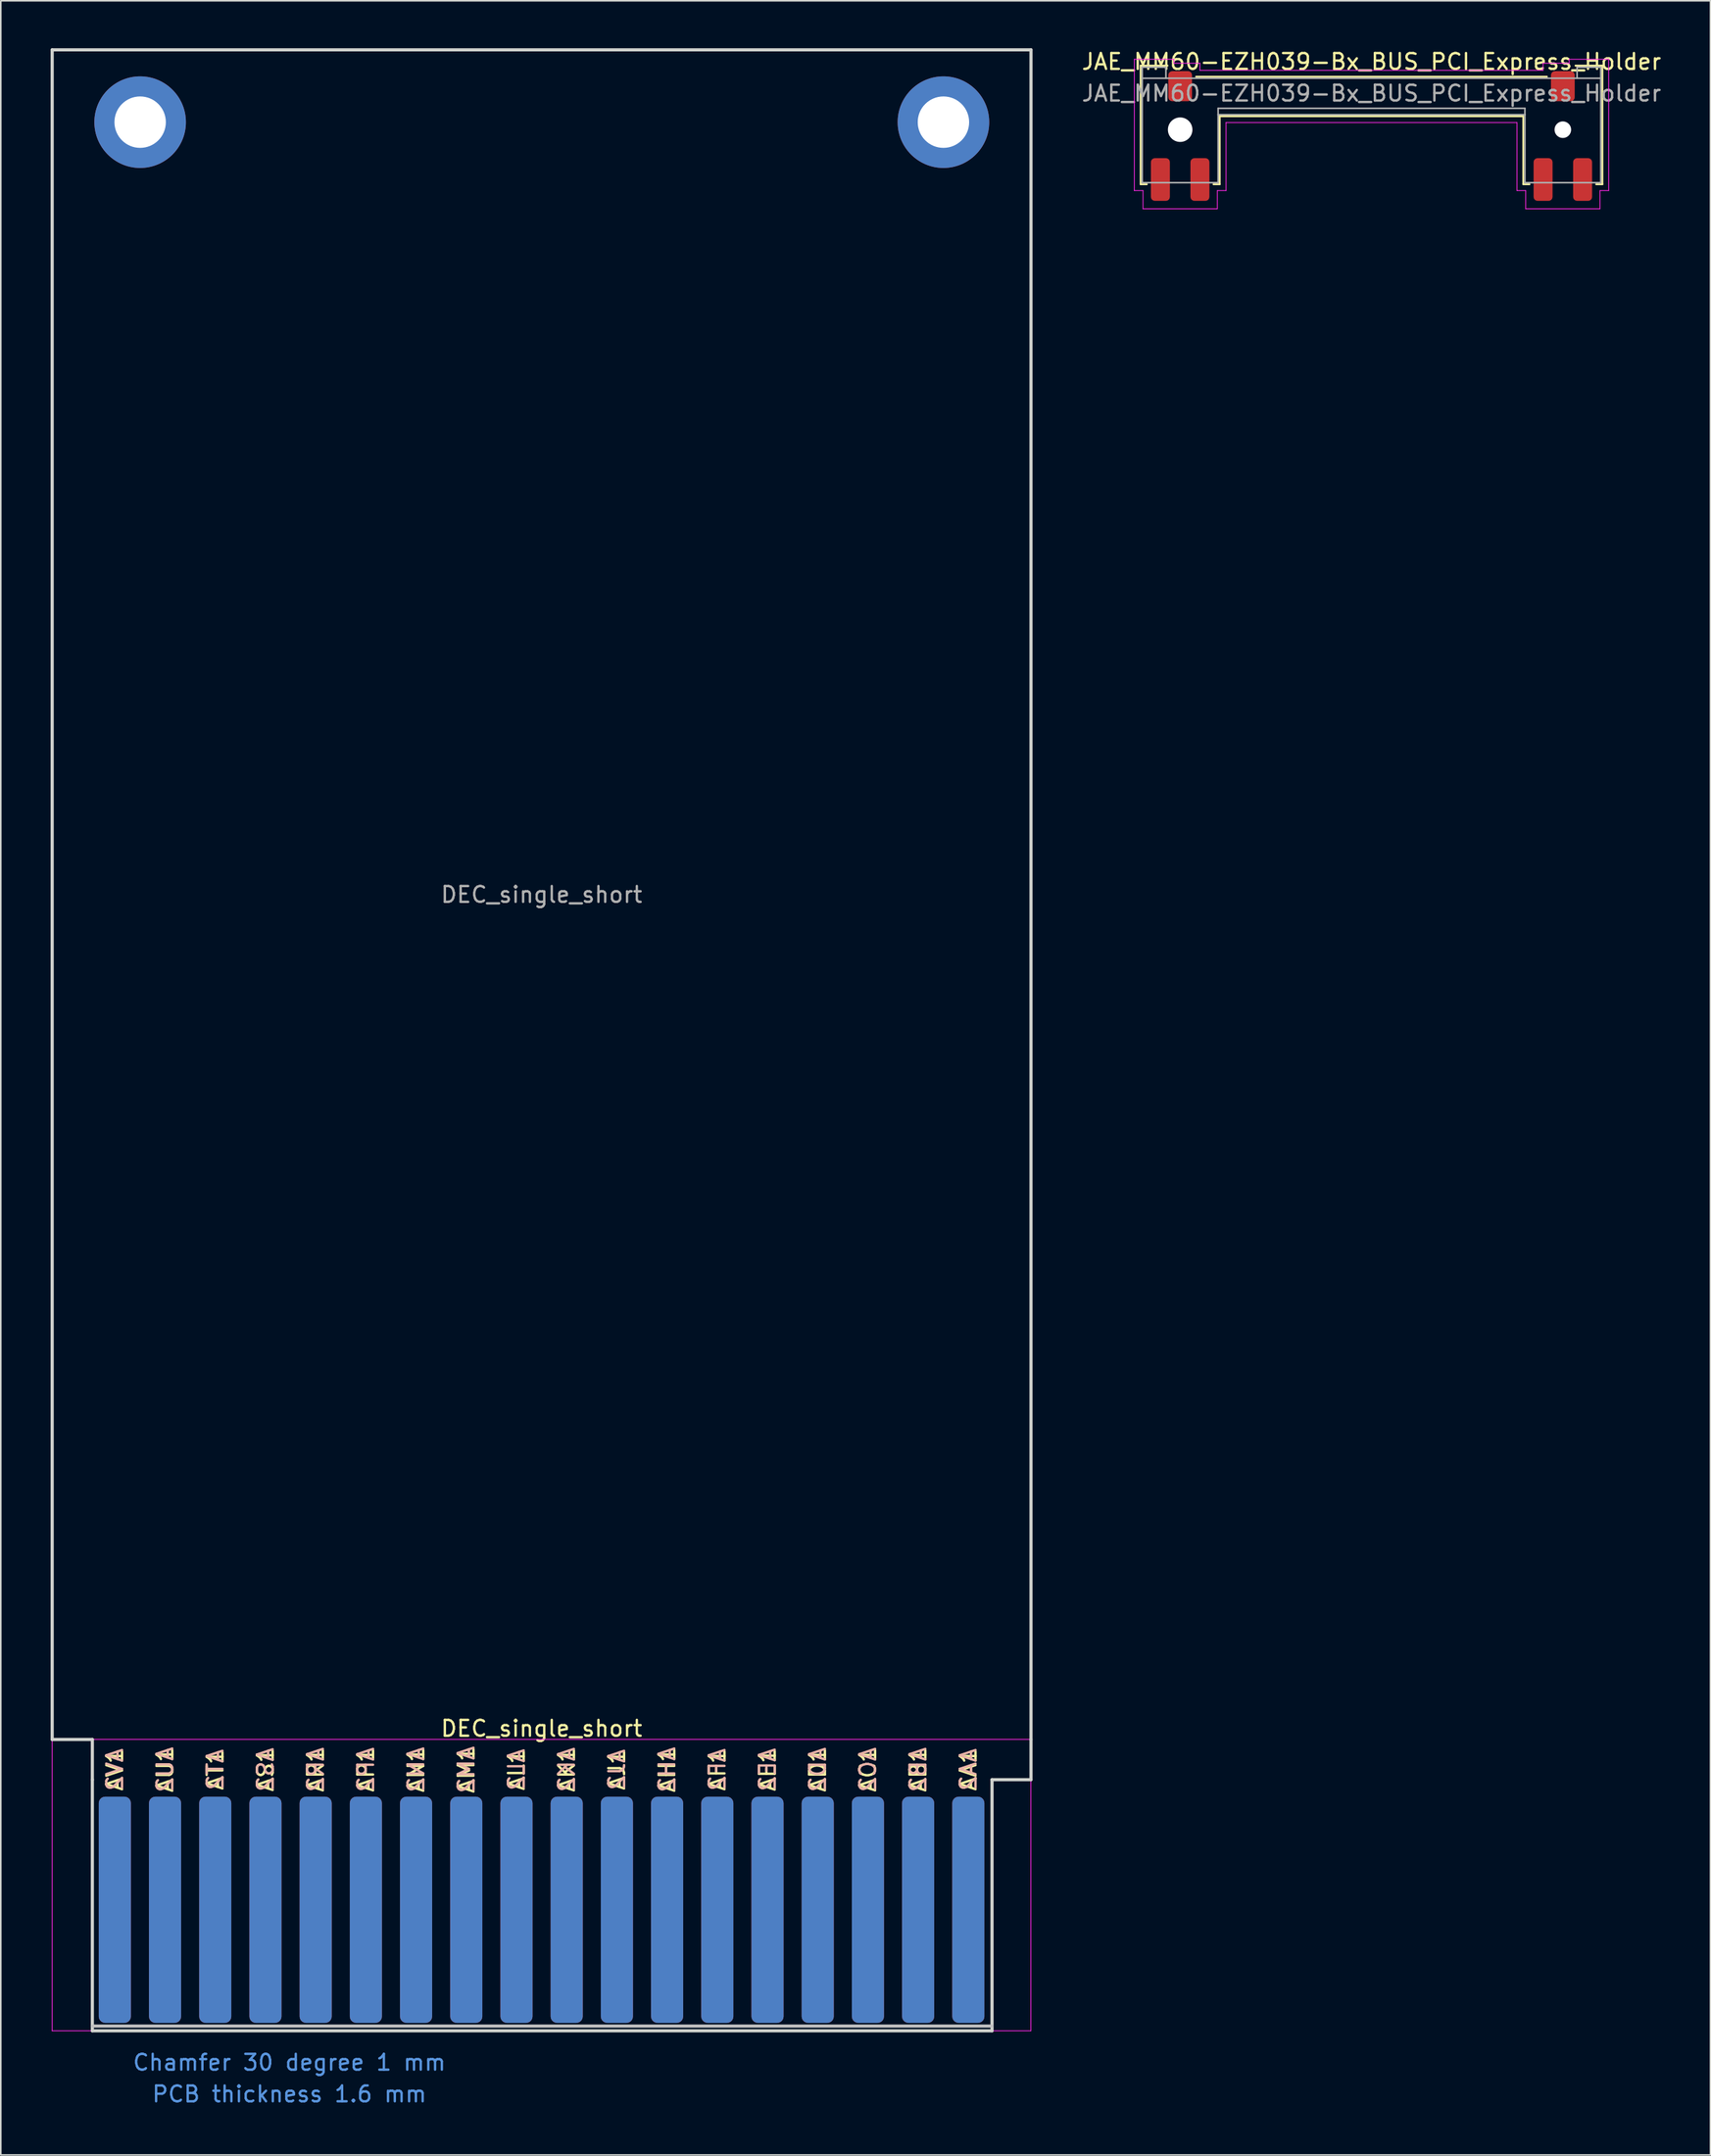
<source format=kicad_pcb>
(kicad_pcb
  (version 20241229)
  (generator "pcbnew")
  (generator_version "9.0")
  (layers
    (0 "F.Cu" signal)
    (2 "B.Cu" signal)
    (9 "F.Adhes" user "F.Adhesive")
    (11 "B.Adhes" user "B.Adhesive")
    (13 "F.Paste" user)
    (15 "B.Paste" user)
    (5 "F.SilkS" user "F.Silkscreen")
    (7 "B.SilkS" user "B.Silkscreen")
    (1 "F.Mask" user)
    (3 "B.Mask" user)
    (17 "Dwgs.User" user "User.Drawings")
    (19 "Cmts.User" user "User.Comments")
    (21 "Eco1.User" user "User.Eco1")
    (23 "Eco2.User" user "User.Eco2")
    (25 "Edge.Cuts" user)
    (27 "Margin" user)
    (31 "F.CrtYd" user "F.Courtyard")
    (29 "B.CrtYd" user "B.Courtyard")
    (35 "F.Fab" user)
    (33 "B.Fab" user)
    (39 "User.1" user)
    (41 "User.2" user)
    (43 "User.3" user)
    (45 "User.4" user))
  (footprint "JAE_MM60-EZH039-Bx_BUS_PCI_Express_Holder"
    (layer "F.Cu")
    (at 83.684 2.848)
    (property "Reference" "JAE_MM60-EZH039-Bx_BUS_PCI_Express_Holder" (at 0 -2 0) (layer "F.SilkS") (effects (font (size 1 1) (thickness 0.15))))
    (attr smd)
    (fp_line (start -14.6 -1.75) (end -12.9 -1.75) (stroke (width 0.12) (type solid)) (layer "F.SilkS"))
    (fp_line (start -14.6 5.75) (end -14.6 -1.75) (stroke (width 0.12) (type solid)) (layer "F.SilkS"))
    (fp_line (start -14.6 5.75) (end -14.21 5.75) (stroke (width 0.12) (type solid)) (layer "F.SilkS"))
    (fp_line (start -11.09 -1.05) (end 11.09 -1.05) (stroke (width 0.12) (type solid)) (layer "F.SilkS"))
    (fp_line (start -9.99 5.75) (end -9.6 5.75) (stroke (width 0.12) (type solid)) (layer "F.SilkS"))
    (fp_line (start -9.6 1.45) (end 9.6 1.45) (stroke (width 0.12) (type solid)) (layer "F.SilkS"))
    (fp_line (start -9.6 5.75) (end -9.6 1.45) (stroke (width 0.12) (type solid)) (layer "F.SilkS"))
    (fp_line (start 9.6 5.75) (end 9.6 1.45) (stroke (width 0.12) (type solid)) (layer "F.SilkS"))
    (fp_line (start 9.99 5.75) (end 9.6 5.75) (stroke (width 0.12) (type solid)) (layer "F.SilkS"))
    (fp_line (start 14.21 5.75) (end 14.6 5.75) (stroke (width 0.12) (type solid)) (layer "F.SilkS"))
    (fp_line (start 14.6 -1.75) (end 12.9 -1.75) (stroke (width 0.12) (type solid)) (layer "F.SilkS"))
    (fp_line (start 14.6 5.75) (end 14.6 -1.75) (stroke (width 0.12) (type solid)) (layer "F.SilkS"))
    (fp_line (start -15 -2.15) (end -15 6.15) (stroke (width 0.05) (type default)) (layer "F.CrtYd"))
    (fp_line (start -15 -2.15) (end -12.5 -2.15) (stroke (width 0.05) (type default)) (layer "F.CrtYd"))
    (fp_line (start -15 6.15) (end -14.45 6.15) (stroke (width 0.05) (type default)) (layer "F.CrtYd"))
    (fp_line (start -14.45 6.15) (end -14.45 7.3) (stroke (width 0.05) (type default)) (layer "F.CrtYd"))
    (fp_line (start -14.45 7.3) (end -9.75 7.3) (stroke (width 0.05) (type default)) (layer "F.CrtYd"))
    (fp_line (start -12.5 -2.15) (end -12.5 -1.9) (stroke (width 0.05) (type default)) (layer "F.CrtYd"))
    (fp_line (start -12.5 -1.9) (end -10.85 -1.9) (stroke (width 0.05) (type default)) (layer "F.CrtYd"))
    (fp_line (start -10.85 -1.9) (end -10.85 -1.45) (stroke (width 0.05) (type default)) (layer "F.CrtYd"))
    (fp_line (start -9.75 6.15) (end -9.2 6.15) (stroke (width 0.05) (type default)) (layer "F.CrtYd"))
    (fp_line (start -9.75 7.3) (end -9.75 6.15) (stroke (width 0.05) (type default)) (layer "F.CrtYd"))
    (fp_line (start -9.2 1.85) (end 9.2 1.85) (stroke (width 0.05) (type default)) (layer "F.CrtYd"))
    (fp_line (start -9.2 6.15) (end -9.2 1.85) (stroke (width 0.05) (type default)) (layer "F.CrtYd"))
    (fp_line (start 9.2 6.15) (end 9.2 1.85) (stroke (width 0.05) (type default)) (layer "F.CrtYd"))
    (fp_line (start 9.75 6.15) (end 9.2 6.15) (stroke (width 0.05) (type default)) (layer "F.CrtYd"))
    (fp_line (start 9.75 7.3) (end 9.75 6.15) (stroke (width 0.05) (type default)) (layer "F.CrtYd"))
    (fp_line (start 10.85 -1.9) (end 10.85 -1.45) (stroke (width 0.05) (type default)) (layer "F.CrtYd"))
    (fp_line (start 10.85 -1.45) (end -10.85 -1.45) (stroke (width 0.05) (type default)) (layer "F.CrtYd"))
    (fp_line (start 12.5 -2.15) (end 12.5 -1.9) (stroke (width 0.05) (type default)) (layer "F.CrtYd"))
    (fp_line (start 12.5 -1.9) (end 10.85 -1.9) (stroke (width 0.05) (type default)) (layer "F.CrtYd"))
    (fp_line (start 14.45 6.15) (end 14.45 7.3) (stroke (width 0.05) (type default)) (layer "F.CrtYd"))
    (fp_line (start 14.45 7.3) (end 9.75 7.3) (stroke (width 0.05) (type default)) (layer "F.CrtYd"))
    (fp_line (start 15 -2.15) (end 12.5 -2.15) (stroke (width 0.05) (type default)) (layer "F.CrtYd"))
    (fp_line (start 15 -2.15) (end 15 6.15) (stroke (width 0.05) (type default)) (layer "F.CrtYd"))
    (fp_line (start 15 6.15) (end 14.45 6.15) (stroke (width 0.05) (type default)) (layer "F.CrtYd"))
    (fp_line (start -14.5 -1.65) (end -13 -1.65) (stroke (width 0.1) (type default)) (layer "F.Fab"))
    (fp_line (start -14.5 -0.95) (end 14.5 -0.95) (stroke (width 0.1) (type solid)) (layer "F.Fab"))
    (fp_line (start -14.5 5.65) (end -14.5 -1.65) (stroke (width 0.1) (type solid)) (layer "F.Fab"))
    (fp_line (start -13 -1.65) (end -13 -0.95) (stroke (width 0.1) (type default)) (layer "F.Fab"))
    (fp_line (start -9.7 0.95) (end 9.7 0.95) (stroke (width 0.1) (type default)) (layer "F.Fab"))
    (fp_line (start -9.7 1.35) (end -9.7 0.95) (stroke (width 0.1) (type default)) (layer "F.Fab"))
    (fp_line (start -9.7 1.35) (end -9.7 5.65) (stroke (width 0.1) (type solid)) (layer "F.Fab"))
    (fp_line (start -9.7 1.35) (end 9.7 1.35) (stroke (width 0.1) (type default)) (layer "F.Fab"))
    (fp_line (start -9.7 5.65) (end -14.5 5.65) (stroke (width 0.1) (type solid)) (layer "F.Fab"))
    (fp_line (start 9.7 1.35) (end 9.7 0.95) (stroke (width 0.1) (type default)) (layer "F.Fab"))
    (fp_line (start 9.7 1.35) (end 9.7 5.65) (stroke (width 0.1) (type solid)) (layer "F.Fab"))
    (fp_line (start 13 -1.65) (end 13 -0.95) (stroke (width 0.1) (type default)) (layer "F.Fab"))
    (fp_line (start 14.5 -1.65) (end 13 -1.65) (stroke (width 0.1) (type default)) (layer "F.Fab"))
    (fp_line (start 14.5 -1.65) (end 14.5 5.65) (stroke (width 0.1) (type solid)) (layer "F.Fab"))
    (fp_line (start 14.5 5.65) (end 9.7 5.65) (stroke (width 0.1) (type solid)) (layer "F.Fab"))
    (fp_text user "${REFERENCE}" (at 0 0 0) (layer "F.Fab") (effects (font (size 1 1) (thickness 0.15))))
    (pad "" np_thru_hole circle (at -12.1 2.3) (size 1.55 1.55) (drill 1.55) (layers "*.Cu" "*.Mask"))
    (pad "" np_thru_hole circle (at 12.1 2.3) (size 1.05 1.05) (drill 1.05) (layers "*.Cu" "*.Mask"))
    (pad "MP" smd roundrect (at -13.35 5.45) (size 1.2 2.7) (layers "F.Cu" "F.Mask" "F.Paste") (roundrect_rratio 0.208))
    (pad "MP" smd roundrect (at -12.1 -0.45) (size 1.5 1.9) (layers "F.Cu" "F.Mask" "F.Paste") (roundrect_rratio 0.167))
    (pad "MP" smd roundrect (at -10.85 5.45) (size 1.2 2.7) (layers "F.Cu" "F.Mask" "F.Paste") (roundrect_rratio 0.208))
    (pad "MP" smd roundrect (at 10.85 5.45) (size 1.2 2.7) (layers "F.Cu" "F.Mask" "F.Paste") (roundrect_rratio 0.208))
    (pad "MP" smd roundrect (at 12.1 -0.45) (size 1.5 1.9) (layers "F.Cu" "F.Mask" "F.Paste") (roundrect_rratio 0.167))
    (pad "MP" smd roundrect (at 13.35 5.45) (size 1.2 2.7) (layers "F.Cu" "F.Mask" "F.Paste") (roundrect_rratio 0.208)))
  (footprint "DEC_single_short"
    (layer "F.Cu")
    (at 0.25 125.322)
    (property "Reference" "DEC_single_short" (at 30.95 -19.11 0) (layer "F.SilkS") (effects (font (size 1 1) (thickness 0.15))))
    (attr exclude_from_pos_files exclude_from_bom)
    (fp_line (start 2.54 -0.3) (end 59.436 -0.3) (stroke (width 0.2) (type solid)) (layer "Dwgs.User"))
    (fp_line (start 0 -125.222) (end 61.9 -125.222) (stroke (width 0.2) (type solid)) (layer "Edge.Cuts"))
    (fp_line (start 0 -18.415) (end 0 -125.222) (stroke (width 0.2) (type solid)) (layer "Edge.Cuts"))
    (fp_line (start 0 -18.415) (end 2.54 -18.415) (stroke (width 0.2) (type solid)) (layer "Edge.Cuts"))
    (fp_line (start 2.54 -18.415) (end 2.54 -15.875) (stroke (width 0.2) (type solid)) (layer "Edge.Cuts"))
    (fp_line (start 2.54 -15.875) (end 2.54 0) (stroke (width 0.2) (type solid)) (layer "Edge.Cuts"))
    (fp_line (start 2.54 0) (end 59.436 0) (stroke (width 0.2) (type solid)) (layer "Edge.Cuts"))
    (fp_line (start 59.436 -15.875) (end 61.9 -15.875) (stroke (width 0.2) (type solid)) (layer "Edge.Cuts"))
    (fp_line (start 59.436 0) (end 59.436 -15.875) (stroke (width 0.2) (type solid)) (layer "Edge.Cuts"))
    (fp_line (start 61.9 -125.222) (end 61.9 -18.415) (stroke (width 0.2) (type solid)) (layer "Edge.Cuts"))
    (fp_line (start 61.9 -15.875) (end 61.9 -18.415) (stroke (width 0.2) (type solid)) (layer "Edge.Cuts"))
    (fp_line (start 0 -18.42) (end 61.89 -18.42) (stroke (width 0.05) (type solid)) (layer "F.CrtYd"))
    (fp_line (start 0 0) (end 0 -18.42) (stroke (width 0.05) (type solid)) (layer "F.CrtYd"))
    (fp_line (start 61.89 -18.42) (end 61.89 0) (stroke (width 0.05) (type solid)) (layer "F.CrtYd"))
    (fp_line (start 61.89 0) (end 0 0) (stroke (width 0.05) (type solid)) (layer "F.CrtYd"))
    (fp_text user "AF1" (at 42.062 -16.51 90) (layer "F.SilkS") (effects (font (size 1 1) (thickness 0.15))))
    (fp_text user "AV1" (at 3.962 -16.51 90) (layer "F.SilkS") (effects (font (size 1 1) (thickness 0.15))))
    (fp_text user "AK1" (at 32.537 -16.51 90) (layer "F.SilkS") (effects (font (size 1 1) (thickness 0.15))))
    (fp_text user "AD1" (at 48.412 -16.51 90) (layer "F.SilkS") (effects (font (size 1 1) (thickness 0.15))))
    (fp_text user "AJ1" (at 35.712 -16.51 90) (layer "F.SilkS") (effects (font (size 1 1) (thickness 0.15))))
    (fp_text user "AM1" (at 26.187 -16.51 90) (layer "F.SilkS") (effects (font (size 1 1) (thickness 0.15))))
    (fp_text user "AE1" (at 45.237 -16.51 90) (layer "F.SilkS") (effects (font (size 1 1) (thickness 0.15))))
    (fp_text user "AC1" (at 51.587 -16.51 90) (layer "F.SilkS") (effects (font (size 1 1) (thickness 0.15))))
    (fp_text user "AU1" (at 7.137 -16.51 90) (layer "F.SilkS") (effects (font (size 1 1) (thickness 0.15))))
    (fp_text user "AN1" (at 23.012 -16.51 90) (layer "F.SilkS") (effects (font (size 1 1) (thickness 0.15))))
    (fp_text user "AP1" (at 19.837 -16.51 90) (layer "F.SilkS") (effects (font (size 1 1) (thickness 0.15))))
    (fp_text user "AR1" (at 16.662 -16.51 90) (layer "F.SilkS") (effects (font (size 1 1) (thickness 0.15))))
    (fp_text user "AT1" (at 10.312 -16.51 90) (layer "F.SilkS") (effects (font (size 1 1) (thickness 0.15))))
    (fp_text user "AH1" (at 38.887 -16.51 90) (layer "F.SilkS") (effects (font (size 1 1) (thickness 0.15))))
    (fp_text user "AL1" (at 29.362 -16.51 90) (layer "F.SilkS") (effects (font (size 1 1) (thickness 0.15))))
    (fp_text user "AA1" (at 57.937 -16.51 90) (layer "F.SilkS") (effects (font (size 1 1) (thickness 0.15))))
    (fp_text user "AB1" (at 54.762 -16.51 90) (layer "F.SilkS") (effects (font (size 1 1) (thickness 0.15))))
    (fp_text user "AS1" (at 13.487 -16.51 90) (layer "F.SilkS") (effects (font (size 1 1) (thickness 0.15))))
    (fp_text user "AD2" (at 48.412 -16.51 90) (layer "B.SilkS") (effects (font (size 1 1) (thickness 0.15)) (justify mirror)))
    (fp_text user "AE2" (at 45.237 -16.51 90) (layer "B.SilkS") (effects (font (size 1 1) (thickness 0.15)) (justify mirror)))
    (fp_text user "AK2" (at 32.537 -16.51 90) (layer "B.SilkS") (effects (font (size 1 1) (thickness 0.15)) (justify mirror)))
    (fp_text user "AU2" (at 7.137 -16.51 90) (layer "B.SilkS") (effects (font (size 1 1) (thickness 0.15)) (justify mirror)))
    (fp_text user "AS2" (at 13.487 -16.51 90) (layer "B.SilkS") (effects (font (size 1 1) (thickness 0.15)) (justify mirror)))
    (fp_text user "AF2" (at 42.062 -16.51 90) (layer "B.SilkS") (effects (font (size 1 1) (thickness 0.15)) (justify mirror)))
    (fp_text user "AJ2" (at 35.712 -16.51 90) (layer "B.SilkS") (effects (font (size 1 1) (thickness 0.15)) (justify mirror)))
    (fp_text user "AB2" (at 54.762 -16.51 90) (layer "B.SilkS") (effects (font (size 1 1) (thickness 0.15)) (justify mirror)))
    (fp_text user "AC2" (at 51.587 -16.51 90) (layer "B.SilkS") (effects (font (size 1 1) (thickness 0.15)) (justify mirror)))
    (fp_text user "AT2" (at 10.312 -16.51 90) (layer "B.SilkS") (effects (font (size 1 1) (thickness 0.15)) (justify mirror)))
    (fp_text user "AL2" (at 29.362 -16.51 90) (layer "B.SilkS") (effects (font (size 1 1) (thickness 0.15)) (justify mirror)))
    (fp_text user "AP2" (at 19.837 -16.51 90) (layer "B.SilkS") (effects (font (size 1 1) (thickness 0.15)) (justify mirror)))
    (fp_text user "AM2" (at 26.187 -16.51 90) (layer "B.SilkS") (effects (font (size 1 1) (thickness 0.15)) (justify mirror)))
    (fp_text user "AV2" (at 3.962 -16.51 90) (layer "B.SilkS") (effects (font (size 1 1) (thickness 0.15)) (justify mirror)))
    (fp_text user "AN2" (at 23.012 -16.51 90) (layer "B.SilkS") (effects (font (size 1 1) (thickness 0.15)) (justify mirror)))
    (fp_text user "AH2" (at 38.887 -16.51 90) (layer "B.SilkS") (effects (font (size 1 1) (thickness 0.15)) (justify mirror)))
    (fp_text user "AR2" (at 16.662 -16.51 90) (layer "B.SilkS") (effects (font (size 1 1) (thickness 0.15)) (justify mirror)))
    (fp_text user "AA2" (at 57.937 -16.51 90) (layer "B.SilkS") (effects (font (size 1 1) (thickness 0.15)) (justify mirror)))
    (fp_text user "PCB thickness 1.6 mm" (at 15 4 0) (layer "Cmts.User") (effects (font (size 1 1) (thickness 0.15))))
    (fp_text user "Chamfer 30 degree 1 mm" (at 15 2 0) (layer "Cmts.User") (effects (font (size 1 1) (thickness 0.15))))
    (fp_text user "${REFERENCE}" (at 30.95 -71.82 0) (layer "F.Fab") (effects (font (size 1 1) (thickness 0.15))))
    (pad "AA1" connect roundrect (at 57.937 -7.65) (size 2.032 14.3) (layers "F.Cu" "F.Mask") (roundrect_rratio 0.2))
    (pad "AA2" connect roundrect (at 57.937 -7.65) (size 2.032 14.3) (layers "B.Cu" "B.Mask") (roundrect_rratio 0.2))
    (pad "AB1" connect roundrect (at 54.762 -7.65) (size 2.032 14.3) (layers "F.Cu" "F.Mask") (roundrect_rratio 0.2))
    (pad "AB2" connect roundrect (at 54.762 -7.65) (size 2.032 14.3) (layers "B.Cu" "B.Mask") (roundrect_rratio 0.2))
    (pad "AC1" connect roundrect (at 51.587 -7.65) (size 2.032 14.3) (layers "F.Cu" "F.Mask") (roundrect_rratio 0.2))
    (pad "AC2" connect roundrect (at 51.587 -7.65) (size 2.032 14.3) (layers "B.Cu" "B.Mask") (roundrect_rratio 0.2))
    (pad "AD1" connect roundrect (at 48.412 -7.65) (size 2.032 14.3) (layers "F.Cu" "F.Mask") (roundrect_rratio 0.2))
    (pad "AD2" connect roundrect (at 48.412 -7.65) (size 2.032 14.3) (layers "B.Cu" "B.Mask") (roundrect_rratio 0.2))
    (pad "AE1" connect roundrect (at 45.237 -7.65) (size 2.032 14.3) (layers "F.Cu" "F.Mask") (roundrect_rratio 0.2))
    (pad "AE2" connect roundrect (at 45.237 -7.65) (size 2.032 14.3) (layers "B.Cu" "B.Mask") (roundrect_rratio 0.2))
    (pad "AF1" connect roundrect (at 42.062 -7.65) (size 2.032 14.3) (layers "F.Cu" "F.Mask") (roundrect_rratio 0.2))
    (pad "AF2" connect roundrect (at 42.062 -7.65) (size 2.032 14.3) (layers "B.Cu" "B.Mask") (roundrect_rratio 0.2))
    (pad "AH1" connect roundrect (at 38.887 -7.65) (size 2.032 14.3) (layers "F.Cu" "F.Mask") (roundrect_rratio 0.2))
    (pad "AH2" connect roundrect (at 38.887 -7.65) (size 2.032 14.3) (layers "B.Cu" "B.Mask") (roundrect_rratio 0.2))
    (pad "AJ1" connect roundrect (at 35.712 -7.65) (size 2.032 14.3) (layers "F.Cu" "F.Mask") (roundrect_rratio 0.2))
    (pad "AJ2" connect roundrect (at 35.712 -7.65) (size 2.032 14.3) (layers "B.Cu" "B.Mask") (roundrect_rratio 0.2))
    (pad "AK1" connect roundrect (at 32.537 -7.65) (size 2.032 14.3) (layers "F.Cu" "F.Mask") (roundrect_rratio 0.2))
    (pad "AK2" connect roundrect (at 32.537 -7.65) (size 2.032 14.3) (layers "B.Cu" "B.Mask") (roundrect_rratio 0.2))
    (pad "AL1" connect roundrect (at 29.362 -7.65) (size 2.032 14.3) (layers "F.Cu" "F.Mask") (roundrect_rratio 0.2))
    (pad "AL2" connect roundrect (at 29.362 -7.65) (size 2.032 14.3) (layers "B.Cu" "B.Mask") (roundrect_rratio 0.2))
    (pad "AM1" connect roundrect (at 26.187 -7.65) (size 2.032 14.3) (layers "F.Cu" "F.Mask") (roundrect_rratio 0.2))
    (pad "AM2" connect roundrect (at 26.187 -7.65) (size 2.032 14.3) (layers "B.Cu" "B.Mask") (roundrect_rratio 0.2))
    (pad "AN1" connect roundrect (at 23.012 -7.65) (size 2.032 14.3) (layers "F.Cu" "F.Mask") (roundrect_rratio 0.2))
    (pad "AN2" connect roundrect (at 23.012 -7.65) (size 2.032 14.3) (layers "B.Cu" "B.Mask") (roundrect_rratio 0.2))
    (pad "AP1" connect roundrect (at 19.837 -7.65) (size 2.032 14.3) (layers "F.Cu" "F.Mask") (roundrect_rratio 0.2))
    (pad "AP2" connect roundrect (at 19.837 -7.65) (size 2.032 14.3) (layers "B.Cu" "B.Mask") (roundrect_rratio 0.2))
    (pad "AR1" connect roundrect (at 16.662 -7.65) (size 2.032 14.3) (layers "F.Cu" "F.Mask") (roundrect_rratio 0.2))
    (pad "AR2" connect roundrect (at 16.662 -7.65) (size 2.032 14.3) (layers "B.Cu" "B.Mask") (roundrect_rratio 0.2))
    (pad "AS1" connect roundrect (at 13.487 -7.65) (size 2.032 14.3) (layers "F.Cu" "F.Mask") (roundrect_rratio 0.2))
    (pad "AS2" connect roundrect (at 13.487 -7.65) (size 2.032 14.3) (layers "B.Cu" "B.Mask") (roundrect_rratio 0.2))
    (pad "AT1" connect roundrect (at 10.312 -7.65) (size 2.032 14.3) (layers "F.Cu" "F.Mask") (roundrect_rratio 0.2))
    (pad "AT2" connect roundrect (at 10.312 -7.65) (size 2.032 14.3) (layers "B.Cu" "B.Mask") (roundrect_rratio 0.2))
    (pad "AU1" connect roundrect (at 7.137 -7.65) (size 2.032 14.3) (layers "F.Cu" "F.Mask") (roundrect_rratio 0.2))
    (pad "AU2" connect roundrect (at 7.137 -7.65) (size 2.032 14.3) (layers "B.Cu" "B.Mask") (roundrect_rratio 0.2))
    (pad "AV1" connect roundrect (at 3.962 -7.65) (size 2.032 14.3) (layers "F.Cu" "F.Mask") (roundrect_rratio 0.2))
    (pad "AV2" connect roundrect (at 3.962 -7.65) (size 2.032 14.3) (layers "B.Cu" "B.Mask") (roundrect_rratio 0.2))
    (pad "H" thru_hole circle (at 5.563 -120.65) (size 5.791 5.791) (drill 3.251) (layers "*.Cu" "*.Mask"))
    (pad "H" thru_hole circle (at 56.363 -120.65) (size 5.791 5.791) (drill 3.251) (layers "*.Cu" "*.Mask")))
  (gr_rect
    (start -3 -3)
    (end 105.119 133.17)
    (stroke (width 0.1) (type default))
    (fill no)
    (layer "Edge.Cuts")))
</source>
